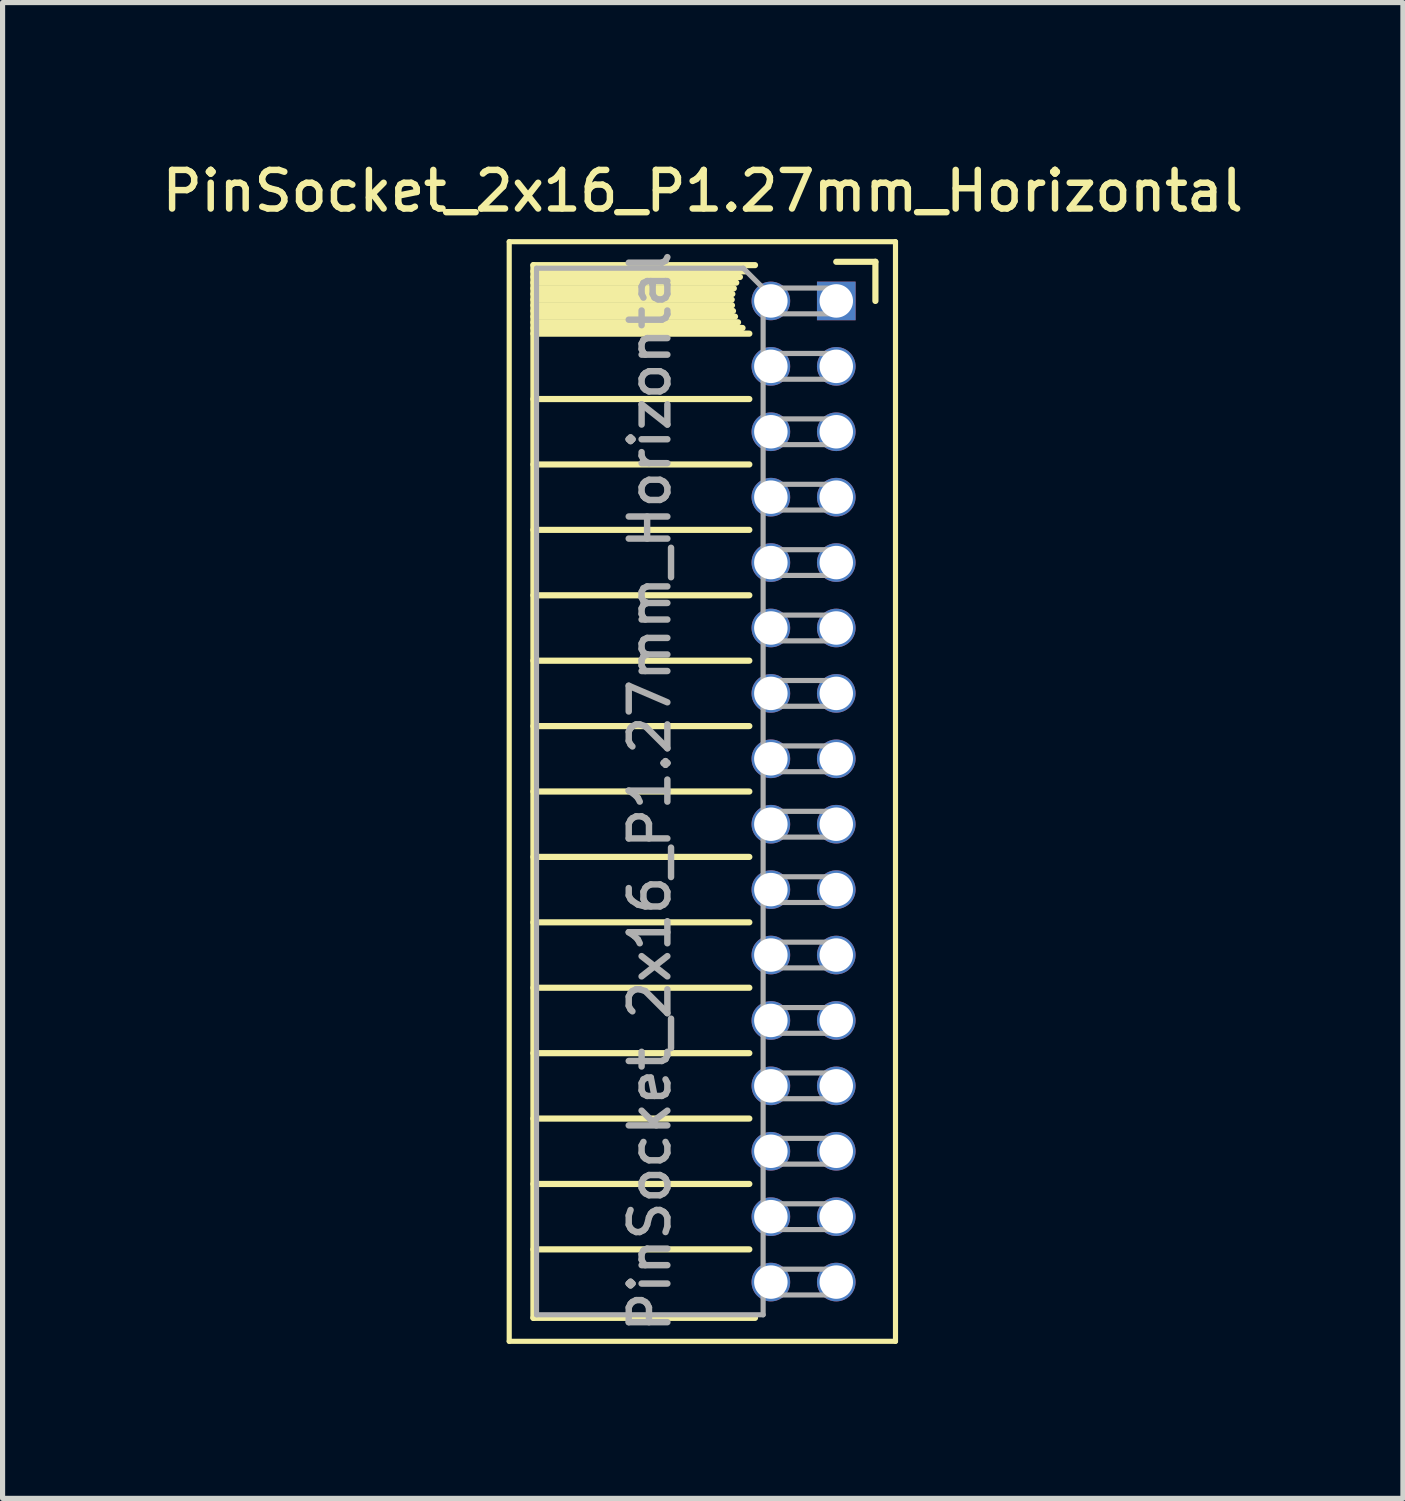
<source format=kicad_pcb>
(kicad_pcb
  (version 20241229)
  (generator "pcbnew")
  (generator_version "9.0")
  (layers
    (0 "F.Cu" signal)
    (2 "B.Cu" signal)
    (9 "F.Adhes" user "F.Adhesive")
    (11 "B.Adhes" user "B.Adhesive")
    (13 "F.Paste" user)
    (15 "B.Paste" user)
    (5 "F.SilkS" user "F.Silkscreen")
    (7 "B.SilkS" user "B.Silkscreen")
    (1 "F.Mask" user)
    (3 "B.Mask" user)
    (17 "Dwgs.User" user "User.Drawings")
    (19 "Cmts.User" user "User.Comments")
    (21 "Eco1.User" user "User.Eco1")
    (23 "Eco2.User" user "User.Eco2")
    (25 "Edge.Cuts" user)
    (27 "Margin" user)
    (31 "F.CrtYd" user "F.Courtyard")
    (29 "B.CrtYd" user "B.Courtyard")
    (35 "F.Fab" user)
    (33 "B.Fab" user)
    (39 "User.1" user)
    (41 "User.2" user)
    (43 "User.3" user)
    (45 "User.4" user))
  (footprint "PinSocket_2x16_P1.27mm_Horizontal"
    (layer "F.Cu")
    (at 13.187 2.793)
    (property "Reference" "PinSocket_2x16_P1.27mm_Horizontal" (at -2.592 -2.135 0) (layer "F.SilkS") (effects (font (size 0.75 0.75) (thickness 0.125))))
    (attr through_hole)
    (fp_line (start -6.35 -1.15) (end -6.35 20.2) (stroke (width 0.1) (type solid)) (layer "F.SilkS"))
    (fp_line (start -6.35 20.2) (end 1.15 20.2) (stroke (width 0.1) (type solid)) (layer "F.SilkS"))
    (fp_line (start -5.88 -0.695) (end -5.88 19.745) (stroke (width 0.12) (type solid)) (layer "F.SilkS"))
    (fp_line (start -5.88 -0.695) (end -1.578 -0.695) (stroke (width 0.12) (type solid)) (layer "F.SilkS"))
    (fp_line (start -5.88 -0.575) (end -1.767 -0.575) (stroke (width 0.12) (type solid)) (layer "F.SilkS"))
    (fp_line (start -5.88 -0.465) (end -1.871 -0.465) (stroke (width 0.12) (type solid)) (layer "F.SilkS"))
    (fp_line (start -5.88 -0.355) (end -1.942 -0.355) (stroke (width 0.12) (type solid)) (layer "F.SilkS"))
    (fp_line (start -5.88 -0.245) (end -1.989 -0.245) (stroke (width 0.12) (type solid)) (layer "F.SilkS"))
    (fp_line (start -5.88 -0.135) (end -2.018 -0.135) (stroke (width 0.12) (type solid)) (layer "F.SilkS"))
    (fp_line (start -5.88 -0.025) (end -2.03 -0.025) (stroke (width 0.12) (type solid)) (layer "F.SilkS"))
    (fp_line (start -5.88 0.085) (end -2.025 0.085) (stroke (width 0.12) (type solid)) (layer "F.SilkS"))
    (fp_line (start -5.88 0.195) (end -2.005 0.195) (stroke (width 0.12) (type solid)) (layer "F.SilkS"))
    (fp_line (start -5.88 0.305) (end -1.966 0.305) (stroke (width 0.12) (type solid)) (layer "F.SilkS"))
    (fp_line (start -5.88 0.415) (end -1.907 0.415) (stroke (width 0.12) (type solid)) (layer "F.SilkS"))
    (fp_line (start -5.88 0.525) (end -1.82 0.525) (stroke (width 0.12) (type solid)) (layer "F.SilkS"))
    (fp_line (start -5.88 0.635) (end -1.688 0.635) (stroke (width 0.12) (type solid)) (layer "F.SilkS"))
    (fp_line (start -5.88 1.905) (end -1.688 1.905) (stroke (width 0.12) (type solid)) (layer "F.SilkS"))
    (fp_line (start -5.88 3.175) (end -1.688 3.175) (stroke (width 0.12) (type solid)) (layer "F.SilkS"))
    (fp_line (start -5.88 4.445) (end -1.688 4.445) (stroke (width 0.12) (type solid)) (layer "F.SilkS"))
    (fp_line (start -5.88 5.715) (end -1.688 5.715) (stroke (width 0.12) (type solid)) (layer "F.SilkS"))
    (fp_line (start -5.88 6.985) (end -1.688 6.985) (stroke (width 0.12) (type solid)) (layer "F.SilkS"))
    (fp_line (start -5.88 8.255) (end -1.688 8.255) (stroke (width 0.12) (type solid)) (layer "F.SilkS"))
    (fp_line (start -5.88 9.525) (end -1.688 9.525) (stroke (width 0.12) (type solid)) (layer "F.SilkS"))
    (fp_line (start -5.88 10.795) (end -1.688 10.795) (stroke (width 0.12) (type solid)) (layer "F.SilkS"))
    (fp_line (start -5.88 12.065) (end -1.688 12.065) (stroke (width 0.12) (type solid)) (layer "F.SilkS"))
    (fp_line (start -5.88 13.335) (end -1.688 13.335) (stroke (width 0.12) (type solid)) (layer "F.SilkS"))
    (fp_line (start -5.88 14.605) (end -1.688 14.605) (stroke (width 0.12) (type solid)) (layer "F.SilkS"))
    (fp_line (start -5.88 15.875) (end -1.688 15.875) (stroke (width 0.12) (type solid)) (layer "F.SilkS"))
    (fp_line (start -5.88 17.145) (end -1.688 17.145) (stroke (width 0.12) (type solid)) (layer "F.SilkS"))
    (fp_line (start -5.88 18.415) (end -1.688 18.415) (stroke (width 0.12) (type solid)) (layer "F.SilkS"))
    (fp_line (start -5.88 19.745) (end -1.578 19.745) (stroke (width 0.12) (type solid)) (layer "F.SilkS"))
    (fp_line (start 0 -0.76) (end 0.76 -0.76) (stroke (width 0.12) (type solid)) (layer "F.SilkS"))
    (fp_line (start 0.76 -0.76) (end 0.76 0) (stroke (width 0.12) (type solid)) (layer "F.SilkS"))
    (fp_line (start 1.15 -1.15) (end -6.35 -1.15) (stroke (width 0.1) (type solid)) (layer "F.SilkS"))
    (fp_line (start 1.15 20.2) (end 1.15 -1.15) (stroke (width 0.1) (type solid)) (layer "F.SilkS"))
    (fp_line (start -5.82 -0.635) (end -1.805 -0.635) (stroke (width 0.1) (type solid)) (layer "F.Fab"))
    (fp_line (start -5.82 19.685) (end -5.82 -0.635) (stroke (width 0.1) (type solid)) (layer "F.Fab"))
    (fp_line (start -1.805 -0.635) (end -1.42 -0.25) (stroke (width 0.1) (type solid)) (layer "F.Fab"))
    (fp_line (start -1.42 -0.25) (end -1.42 19.685) (stroke (width 0.1) (type solid)) (layer "F.Fab"))
    (fp_line (start -1.42 0.25) (end 0 0.25) (stroke (width 0.1) (type solid)) (layer "F.Fab"))
    (fp_line (start -1.42 1.52) (end 0 1.52) (stroke (width 0.1) (type solid)) (layer "F.Fab"))
    (fp_line (start -1.42 2.79) (end 0 2.79) (stroke (width 0.1) (type solid)) (layer "F.Fab"))
    (fp_line (start -1.42 4.06) (end 0 4.06) (stroke (width 0.1) (type solid)) (layer "F.Fab"))
    (fp_line (start -1.42 5.33) (end 0 5.33) (stroke (width 0.1) (type solid)) (layer "F.Fab"))
    (fp_line (start -1.42 6.6) (end 0 6.6) (stroke (width 0.1) (type solid)) (layer "F.Fab"))
    (fp_line (start -1.42 7.87) (end 0 7.87) (stroke (width 0.1) (type solid)) (layer "F.Fab"))
    (fp_line (start -1.42 9.14) (end 0 9.14) (stroke (width 0.1) (type solid)) (layer "F.Fab"))
    (fp_line (start -1.42 10.41) (end 0 10.41) (stroke (width 0.1) (type solid)) (layer "F.Fab"))
    (fp_line (start -1.42 11.68) (end 0 11.68) (stroke (width 0.1) (type solid)) (layer "F.Fab"))
    (fp_line (start -1.42 12.95) (end 0 12.95) (stroke (width 0.1) (type solid)) (layer "F.Fab"))
    (fp_line (start -1.42 14.22) (end 0 14.22) (stroke (width 0.1) (type solid)) (layer "F.Fab"))
    (fp_line (start -1.42 15.49) (end 0 15.49) (stroke (width 0.1) (type solid)) (layer "F.Fab"))
    (fp_line (start -1.42 16.76) (end 0 16.76) (stroke (width 0.1) (type solid)) (layer "F.Fab"))
    (fp_line (start -1.42 18.03) (end 0 18.03) (stroke (width 0.1) (type solid)) (layer "F.Fab"))
    (fp_line (start -1.42 19.3) (end 0 19.3) (stroke (width 0.1) (type solid)) (layer "F.Fab"))
    (fp_line (start -1.42 19.685) (end -5.82 19.685) (stroke (width 0.1) (type solid)) (layer "F.Fab"))
    (fp_line (start 0 -0.25) (end -1.42 -0.25) (stroke (width 0.1) (type solid)) (layer "F.Fab"))
    (fp_line (start 0 0.25) (end 0 -0.25) (stroke (width 0.1) (type solid)) (layer "F.Fab"))
    (fp_line (start 0 1.02) (end -1.42 1.02) (stroke (width 0.1) (type solid)) (layer "F.Fab"))
    (fp_line (start 0 1.52) (end 0 1.02) (stroke (width 0.1) (type solid)) (layer "F.Fab"))
    (fp_line (start 0 2.29) (end -1.42 2.29) (stroke (width 0.1) (type solid)) (layer "F.Fab"))
    (fp_line (start 0 2.79) (end 0 2.29) (stroke (width 0.1) (type solid)) (layer "F.Fab"))
    (fp_line (start 0 3.56) (end -1.42 3.56) (stroke (width 0.1) (type solid)) (layer "F.Fab"))
    (fp_line (start 0 4.06) (end 0 3.56) (stroke (width 0.1) (type solid)) (layer "F.Fab"))
    (fp_line (start 0 4.83) (end -1.42 4.83) (stroke (width 0.1) (type solid)) (layer "F.Fab"))
    (fp_line (start 0 5.33) (end 0 4.83) (stroke (width 0.1) (type solid)) (layer "F.Fab"))
    (fp_line (start 0 6.1) (end -1.42 6.1) (stroke (width 0.1) (type solid)) (layer "F.Fab"))
    (fp_line (start 0 6.6) (end 0 6.1) (stroke (width 0.1) (type solid)) (layer "F.Fab"))
    (fp_line (start 0 7.37) (end -1.42 7.37) (stroke (width 0.1) (type solid)) (layer "F.Fab"))
    (fp_line (start 0 7.87) (end 0 7.37) (stroke (width 0.1) (type solid)) (layer "F.Fab"))
    (fp_line (start 0 8.64) (end -1.42 8.64) (stroke (width 0.1) (type solid)) (layer "F.Fab"))
    (fp_line (start 0 9.14) (end 0 8.64) (stroke (width 0.1) (type solid)) (layer "F.Fab"))
    (fp_line (start 0 9.91) (end -1.42 9.91) (stroke (width 0.1) (type solid)) (layer "F.Fab"))
    (fp_line (start 0 10.41) (end 0 9.91) (stroke (width 0.1) (type solid)) (layer "F.Fab"))
    (fp_line (start 0 11.18) (end -1.42 11.18) (stroke (width 0.1) (type solid)) (layer "F.Fab"))
    (fp_line (start 0 11.68) (end 0 11.18) (stroke (width 0.1) (type solid)) (layer "F.Fab"))
    (fp_line (start 0 12.45) (end -1.42 12.45) (stroke (width 0.1) (type solid)) (layer "F.Fab"))
    (fp_line (start 0 12.95) (end 0 12.45) (stroke (width 0.1) (type solid)) (layer "F.Fab"))
    (fp_line (start 0 13.72) (end -1.42 13.72) (stroke (width 0.1) (type solid)) (layer "F.Fab"))
    (fp_line (start 0 14.22) (end 0 13.72) (stroke (width 0.1) (type solid)) (layer "F.Fab"))
    (fp_line (start 0 14.99) (end -1.42 14.99) (stroke (width 0.1) (type solid)) (layer "F.Fab"))
    (fp_line (start 0 15.49) (end 0 14.99) (stroke (width 0.1) (type solid)) (layer "F.Fab"))
    (fp_line (start 0 16.26) (end -1.42 16.26) (stroke (width 0.1) (type solid)) (layer "F.Fab"))
    (fp_line (start 0 16.76) (end 0 16.26) (stroke (width 0.1) (type solid)) (layer "F.Fab"))
    (fp_line (start 0 17.53) (end -1.42 17.53) (stroke (width 0.1) (type solid)) (layer "F.Fab"))
    (fp_line (start 0 18.03) (end 0 17.53) (stroke (width 0.1) (type solid)) (layer "F.Fab"))
    (fp_line (start 0 18.8) (end -1.42 18.8) (stroke (width 0.1) (type solid)) (layer "F.Fab"))
    (fp_line (start 0 19.3) (end 0 18.8) (stroke (width 0.1) (type solid)) (layer "F.Fab"))
    (fp_text user "${REFERENCE}" (at -3.62 9.525 90) (layer "F.Fab") (effects (font (size 0.75 0.75) (thickness 0.125))))
    (pad "1" thru_hole rect (at 0 0) (size 0.75 0.75) (drill 0.65) (layers "*.Cu" "*.Mask"))
    (pad "2" thru_hole oval (at -1.27 0) (size 0.75 0.75) (drill 0.65) (layers "*.Cu" "*.Mask"))
    (pad "3" thru_hole oval (at 0 1.27) (size 0.75 0.75) (drill 0.65) (layers "*.Cu" "*.Mask"))
    (pad "4" thru_hole oval (at -1.27 1.27) (size 0.75 0.75) (drill 0.65) (layers "*.Cu" "*.Mask"))
    (pad "5" thru_hole oval (at 0 2.54) (size 0.75 0.75) (drill 0.65) (layers "*.Cu" "*.Mask"))
    (pad "6" thru_hole oval (at -1.27 2.54) (size 0.75 0.75) (drill 0.65) (layers "*.Cu" "*.Mask"))
    (pad "7" thru_hole oval (at 0 3.81) (size 0.75 0.75) (drill 0.65) (layers "*.Cu" "*.Mask"))
    (pad "8" thru_hole oval (at -1.27 3.81) (size 0.75 0.75) (drill 0.65) (layers "*.Cu" "*.Mask"))
    (pad "9" thru_hole oval (at 0 5.08) (size 0.75 0.75) (drill 0.65) (layers "*.Cu" "*.Mask"))
    (pad "10" thru_hole oval (at -1.27 5.08) (size 0.75 0.75) (drill 0.65) (layers "*.Cu" "*.Mask"))
    (pad "11" thru_hole oval (at 0 6.35) (size 0.75 0.75) (drill 0.65) (layers "*.Cu" "*.Mask"))
    (pad "12" thru_hole oval (at -1.27 6.35) (size 0.75 0.75) (drill 0.65) (layers "*.Cu" "*.Mask"))
    (pad "13" thru_hole oval (at 0 7.62) (size 0.75 0.75) (drill 0.65) (layers "*.Cu" "*.Mask"))
    (pad "14" thru_hole oval (at -1.27 7.62) (size 0.75 0.75) (drill 0.65) (layers "*.Cu" "*.Mask"))
    (pad "15" thru_hole oval (at 0 8.89) (size 0.75 0.75) (drill 0.65) (layers "*.Cu" "*.Mask"))
    (pad "16" thru_hole oval (at -1.27 8.89) (size 0.75 0.75) (drill 0.65) (layers "*.Cu" "*.Mask"))
    (pad "17" thru_hole oval (at 0 10.16) (size 0.75 0.75) (drill 0.65) (layers "*.Cu" "*.Mask"))
    (pad "18" thru_hole oval (at -1.27 10.16) (size 0.75 0.75) (drill 0.65) (layers "*.Cu" "*.Mask"))
    (pad "19" thru_hole oval (at 0 11.43) (size 0.75 0.75) (drill 0.65) (layers "*.Cu" "*.Mask"))
    (pad "20" thru_hole oval (at -1.27 11.43) (size 0.75 0.75) (drill 0.65) (layers "*.Cu" "*.Mask"))
    (pad "21" thru_hole oval (at 0 12.7) (size 0.75 0.75) (drill 0.65) (layers "*.Cu" "*.Mask"))
    (pad "22" thru_hole oval (at -1.27 12.7) (size 0.75 0.75) (drill 0.65) (layers "*.Cu" "*.Mask"))
    (pad "23" thru_hole oval (at 0 13.97) (size 0.75 0.75) (drill 0.65) (layers "*.Cu" "*.Mask"))
    (pad "24" thru_hole oval (at -1.27 13.97) (size 0.75 0.75) (drill 0.65) (layers "*.Cu" "*.Mask"))
    (pad "25" thru_hole oval (at 0 15.24) (size 0.75 0.75) (drill 0.65) (layers "*.Cu" "*.Mask"))
    (pad "26" thru_hole oval (at -1.27 15.24) (size 0.75 0.75) (drill 0.65) (layers "*.Cu" "*.Mask"))
    (pad "27" thru_hole oval (at 0 16.51) (size 0.75 0.75) (drill 0.65) (layers "*.Cu" "*.Mask"))
    (pad "28" thru_hole oval (at -1.27 16.51) (size 0.75 0.75) (drill 0.65) (layers "*.Cu" "*.Mask"))
    (pad "29" thru_hole oval (at 0 17.78) (size 0.75 0.75) (drill 0.65) (layers "*.Cu" "*.Mask"))
    (pad "30" thru_hole oval (at -1.27 17.78) (size 0.75 0.75) (drill 0.65) (layers "*.Cu" "*.Mask"))
    (pad "31" thru_hole oval (at 0 19.05) (size 0.75 0.75) (drill 0.65) (layers "*.Cu" "*.Mask"))
    (pad "32" thru_hole oval (at -1.27 19.05) (size 0.75 0.75) (drill 0.65) (layers "*.Cu" "*.Mask")))
  (gr_rect
    (start -3 -3)
    (end 24.189 26.043)
    (stroke (width 0.1) (type default))
    (fill no)
    (layer "Edge.Cuts")))
</source>
